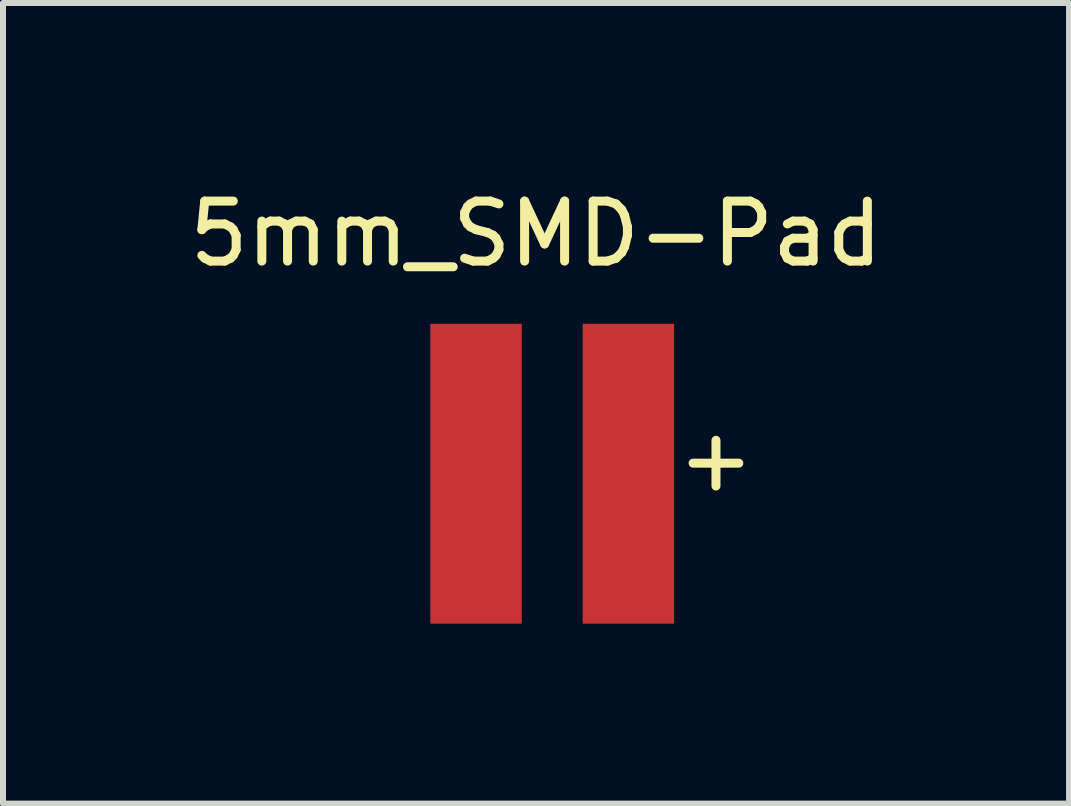
<source format=kicad_pcb>
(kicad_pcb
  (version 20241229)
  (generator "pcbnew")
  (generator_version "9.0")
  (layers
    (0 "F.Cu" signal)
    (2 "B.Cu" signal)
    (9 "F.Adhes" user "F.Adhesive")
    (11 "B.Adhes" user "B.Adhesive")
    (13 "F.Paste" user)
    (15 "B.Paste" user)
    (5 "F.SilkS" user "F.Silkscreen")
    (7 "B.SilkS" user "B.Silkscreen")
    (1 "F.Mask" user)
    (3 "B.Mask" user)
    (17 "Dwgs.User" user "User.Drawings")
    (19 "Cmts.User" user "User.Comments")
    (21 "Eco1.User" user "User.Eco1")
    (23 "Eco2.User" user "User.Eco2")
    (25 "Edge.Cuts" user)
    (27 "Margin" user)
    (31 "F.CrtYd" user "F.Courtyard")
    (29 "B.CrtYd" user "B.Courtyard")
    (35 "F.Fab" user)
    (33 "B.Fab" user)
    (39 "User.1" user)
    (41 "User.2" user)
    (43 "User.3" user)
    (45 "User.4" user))
  (footprint "5mm_SMD-Pad"
    (layer "F.Cu")
    (at 5.887 0.348)
    (property "Reference" "5mm_SMD-Pad" (at 0 0.5 0) (layer "F.SilkS") (effects (font (size 1 1) (thickness 0.15))))
    (attr through_hole)
    (fp_text user "+" (at 3 4.25 0) (layer "F.SilkS") (effects (font (size 1 1) (thickness 0.15))))
    (pad "1" smd rect (at -1 4.5) (size 1.524 5) (layers "F.Cu" "F.Mask" "F.Paste"))
    (pad "2" smd rect (at 1.54 4.5) (size 1.524 5) (layers "F.Cu" "F.Mask" "F.Paste")))
  (gr_rect
    (start -3 -3)
    (end 14.774 10.348)
    (stroke (width 0.1) (type default))
    (fill no)
    (layer "Edge.Cuts")))
</source>
